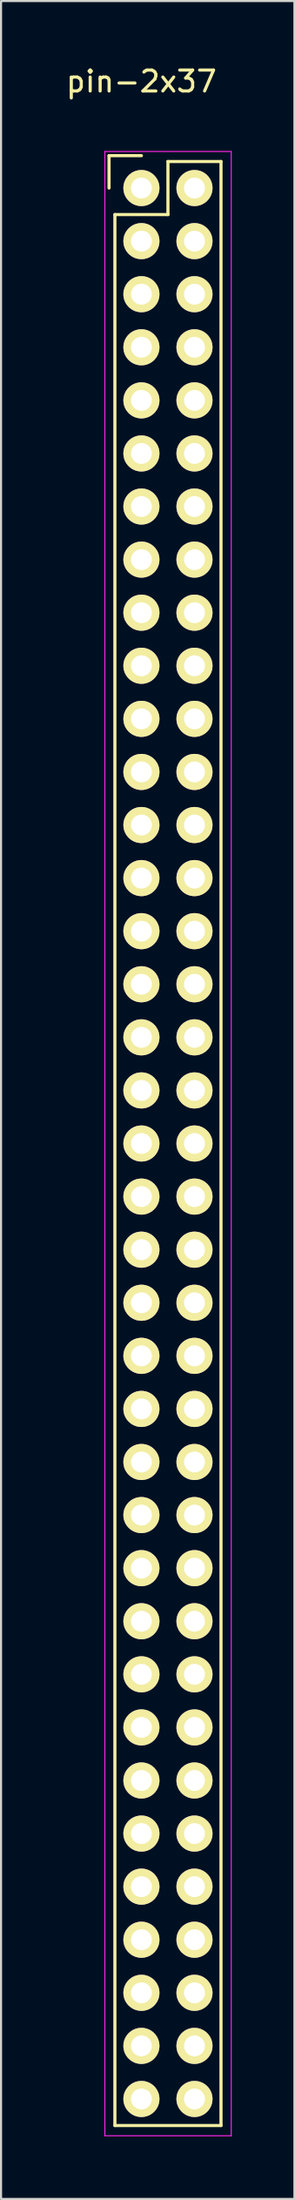
<source format=kicad_pcb>
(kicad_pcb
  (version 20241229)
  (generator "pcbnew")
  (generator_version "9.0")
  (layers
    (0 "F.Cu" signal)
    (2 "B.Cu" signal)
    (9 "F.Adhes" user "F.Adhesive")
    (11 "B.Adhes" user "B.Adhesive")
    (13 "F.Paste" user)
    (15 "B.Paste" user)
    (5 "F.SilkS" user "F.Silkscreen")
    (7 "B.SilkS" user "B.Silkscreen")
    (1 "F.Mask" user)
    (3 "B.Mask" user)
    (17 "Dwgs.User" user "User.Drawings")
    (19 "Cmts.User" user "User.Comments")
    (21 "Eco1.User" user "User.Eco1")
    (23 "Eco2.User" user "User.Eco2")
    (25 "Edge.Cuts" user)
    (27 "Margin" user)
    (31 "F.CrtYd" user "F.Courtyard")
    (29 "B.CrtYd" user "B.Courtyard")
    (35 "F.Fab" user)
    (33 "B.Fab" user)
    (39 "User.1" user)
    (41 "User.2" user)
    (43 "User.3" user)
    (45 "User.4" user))
  (footprint "pin-2x37"
    (layer "F.Cu")
    (at 3.72 5.948)
    (property "Reference" "pin-2x37" (at 0 -5.1 0) (layer "F.SilkS") (effects (font (size 1 1) (thickness 0.15))))
    (attr through_hole)
    (fp_line (start -1.55 -1.55) (end -1.55 0) (stroke (width 0.15) (type solid)) (layer "F.SilkS"))
    (fp_line (start -1.27 92.71) (end -1.27 1.27) (stroke (width 0.15) (type solid)) (layer "F.SilkS"))
    (fp_line (start 0 -1.55) (end -1.55 -1.55) (stroke (width 0.15) (type solid)) (layer "F.SilkS"))
    (fp_line (start 1.27 -1.27) (end 1.27 1.27) (stroke (width 0.15) (type solid)) (layer "F.SilkS"))
    (fp_line (start 1.27 1.27) (end -1.27 1.27) (stroke (width 0.15) (type solid)) (layer "F.SilkS"))
    (fp_line (start 3.81 -1.27) (end 1.27 -1.27) (stroke (width 0.15) (type solid)) (layer "F.SilkS"))
    (fp_line (start 3.81 -1.27) (end 3.81 92.71) (stroke (width 0.15) (type solid)) (layer "F.SilkS"))
    (fp_line (start 3.81 92.71) (end -1.27 92.71) (stroke (width 0.15) (type solid)) (layer "F.SilkS"))
    (fp_line (start -1.75 -1.75) (end -1.75 93.2) (stroke (width 0.05) (type solid)) (layer "F.CrtYd"))
    (fp_line (start -1.75 -1.75) (end 4.3 -1.75) (stroke (width 0.05) (type solid)) (layer "F.CrtYd"))
    (fp_line (start -1.75 93.2) (end 4.3 93.2) (stroke (width 0.05) (type solid)) (layer "F.CrtYd"))
    (fp_line (start 4.3 -1.75) (end 4.3 93.2) (stroke (width 0.05) (type solid)) (layer "F.CrtYd"))
    (pad "1" thru_hole oval (at 0 0) (size 1.727 1.727) (drill 1) (layers "*.Cu" "*.Mask" "F.SilkS"))
    (pad "2" thru_hole oval (at 2.54 0) (size 1.727 1.727) (drill 1) (layers "*.Cu" "*.Mask" "F.SilkS"))
    (pad "3" thru_hole oval (at 0 2.54) (size 1.727 1.727) (drill 1) (layers "*.Cu" "*.Mask" "F.SilkS"))
    (pad "4" thru_hole oval (at 2.54 2.54) (size 1.727 1.727) (drill 1) (layers "*.Cu" "*.Mask" "F.SilkS"))
    (pad "5" thru_hole oval (at 0 5.08) (size 1.727 1.727) (drill 1) (layers "*.Cu" "*.Mask" "F.SilkS"))
    (pad "6" thru_hole oval (at 2.54 5.08) (size 1.727 1.727) (drill 1) (layers "*.Cu" "*.Mask" "F.SilkS"))
    (pad "7" thru_hole oval (at 0 7.62) (size 1.727 1.727) (drill 1) (layers "*.Cu" "*.Mask" "F.SilkS"))
    (pad "8" thru_hole oval (at 2.54 7.62) (size 1.727 1.727) (drill 1) (layers "*.Cu" "*.Mask" "F.SilkS"))
    (pad "9" thru_hole oval (at 0 10.16) (size 1.727 1.727) (drill 1) (layers "*.Cu" "*.Mask" "F.SilkS"))
    (pad "10" thru_hole oval (at 2.54 10.16) (size 1.727 1.727) (drill 1) (layers "*.Cu" "*.Mask" "F.SilkS"))
    (pad "11" thru_hole oval (at 0 12.7) (size 1.727 1.727) (drill 1) (layers "*.Cu" "*.Mask" "F.SilkS"))
    (pad "12" thru_hole oval (at 2.54 12.7) (size 1.727 1.727) (drill 1) (layers "*.Cu" "*.Mask" "F.SilkS"))
    (pad "13" thru_hole oval (at 0 15.24) (size 1.727 1.727) (drill 1) (layers "*.Cu" "*.Mask" "F.SilkS"))
    (pad "14" thru_hole oval (at 2.54 15.24) (size 1.727 1.727) (drill 1) (layers "*.Cu" "*.Mask" "F.SilkS"))
    (pad "15" thru_hole oval (at 0 17.78) (size 1.727 1.727) (drill 1) (layers "*.Cu" "*.Mask" "F.SilkS"))
    (pad "16" thru_hole oval (at 2.54 17.78) (size 1.727 1.727) (drill 1) (layers "*.Cu" "*.Mask" "F.SilkS"))
    (pad "17" thru_hole oval (at 0 20.32) (size 1.727 1.727) (drill 1) (layers "*.Cu" "*.Mask" "F.SilkS"))
    (pad "18" thru_hole oval (at 2.54 20.32) (size 1.727 1.727) (drill 1) (layers "*.Cu" "*.Mask" "F.SilkS"))
    (pad "19" thru_hole oval (at 0 22.86) (size 1.727 1.727) (drill 1) (layers "*.Cu" "*.Mask" "F.SilkS"))
    (pad "20" thru_hole oval (at 2.54 22.86) (size 1.727 1.727) (drill 1) (layers "*.Cu" "*.Mask" "F.SilkS"))
    (pad "21" thru_hole oval (at 0 25.4) (size 1.727 1.727) (drill 1) (layers "*.Cu" "*.Mask" "F.SilkS"))
    (pad "22" thru_hole oval (at 2.54 25.4) (size 1.727 1.727) (drill 1) (layers "*.Cu" "*.Mask" "F.SilkS"))
    (pad "23" thru_hole oval (at 0 27.94) (size 1.727 1.727) (drill 1) (layers "*.Cu" "*.Mask" "F.SilkS"))
    (pad "24" thru_hole oval (at 2.54 27.94) (size 1.727 1.727) (drill 1) (layers "*.Cu" "*.Mask" "F.SilkS"))
    (pad "25" thru_hole oval (at 0 30.48) (size 1.727 1.727) (drill 1) (layers "*.Cu" "*.Mask" "F.SilkS"))
    (pad "26" thru_hole oval (at 2.54 30.48) (size 1.727 1.727) (drill 1) (layers "*.Cu" "*.Mask" "F.SilkS"))
    (pad "27" thru_hole oval (at 0 33.02) (size 1.727 1.727) (drill 1) (layers "*.Cu" "*.Mask" "F.SilkS"))
    (pad "28" thru_hole oval (at 2.54 33.02) (size 1.727 1.727) (drill 1) (layers "*.Cu" "*.Mask" "F.SilkS"))
    (pad "29" thru_hole oval (at 0 35.56) (size 1.727 1.727) (drill 1) (layers "*.Cu" "*.Mask" "F.SilkS"))
    (pad "30" thru_hole oval (at 2.54 35.56) (size 1.727 1.727) (drill 1) (layers "*.Cu" "*.Mask" "F.SilkS"))
    (pad "31" thru_hole oval (at 0 38.1) (size 1.727 1.727) (drill 1) (layers "*.Cu" "*.Mask" "F.SilkS"))
    (pad "32" thru_hole oval (at 2.54 38.1) (size 1.727 1.727) (drill 1) (layers "*.Cu" "*.Mask" "F.SilkS"))
    (pad "33" thru_hole oval (at 0 40.64) (size 1.727 1.727) (drill 1) (layers "*.Cu" "*.Mask" "F.SilkS"))
    (pad "34" thru_hole oval (at 2.54 40.64) (size 1.727 1.727) (drill 1) (layers "*.Cu" "*.Mask" "F.SilkS"))
    (pad "35" thru_hole oval (at 0 43.18) (size 1.727 1.727) (drill 1) (layers "*.Cu" "*.Mask" "F.SilkS"))
    (pad "36" thru_hole oval (at 2.54 43.18) (size 1.727 1.727) (drill 1) (layers "*.Cu" "*.Mask" "F.SilkS"))
    (pad "37" thru_hole oval (at 0 45.72) (size 1.727 1.727) (drill 1) (layers "*.Cu" "*.Mask" "F.SilkS"))
    (pad "38" thru_hole oval (at 2.54 45.72) (size 1.727 1.727) (drill 1) (layers "*.Cu" "*.Mask" "F.SilkS"))
    (pad "39" thru_hole oval (at 0 48.26) (size 1.727 1.727) (drill 1) (layers "*.Cu" "*.Mask" "F.SilkS"))
    (pad "40" thru_hole oval (at 2.54 48.26) (size 1.727 1.727) (drill 1) (layers "*.Cu" "*.Mask" "F.SilkS"))
    (pad "41" thru_hole oval (at 0 50.8) (size 1.727 1.727) (drill 1) (layers "*.Cu" "*.Mask" "F.SilkS"))
    (pad "42" thru_hole oval (at 2.54 50.8) (size 1.727 1.727) (drill 1) (layers "*.Cu" "*.Mask" "F.SilkS"))
    (pad "43" thru_hole oval (at 0 53.34) (size 1.727 1.727) (drill 1) (layers "*.Cu" "*.Mask" "F.SilkS"))
    (pad "44" thru_hole oval (at 2.54 53.34) (size 1.727 1.727) (drill 1) (layers "*.Cu" "*.Mask" "F.SilkS"))
    (pad "45" thru_hole oval (at 0 55.88) (size 1.727 1.727) (drill 1) (layers "*.Cu" "*.Mask" "F.SilkS"))
    (pad "46" thru_hole oval (at 2.54 55.88) (size 1.727 1.727) (drill 1) (layers "*.Cu" "*.Mask" "F.SilkS"))
    (pad "47" thru_hole oval (at 0 58.42) (size 1.727 1.727) (drill 1) (layers "*.Cu" "*.Mask" "F.SilkS"))
    (pad "48" thru_hole oval (at 2.54 58.42) (size 1.727 1.727) (drill 1) (layers "*.Cu" "*.Mask" "F.SilkS"))
    (pad "49" thru_hole oval (at 0 60.96) (size 1.727 1.727) (drill 1) (layers "*.Cu" "*.Mask" "F.SilkS"))
    (pad "50" thru_hole oval (at 2.54 60.96) (size 1.727 1.727) (drill 1) (layers "*.Cu" "*.Mask" "F.SilkS"))
    (pad "51" thru_hole oval (at 0 63.5) (size 1.727 1.727) (drill 1) (layers "*.Cu" "*.Mask" "F.SilkS"))
    (pad "52" thru_hole oval (at 2.54 63.5) (size 1.727 1.727) (drill 1) (layers "*.Cu" "*.Mask" "F.SilkS"))
    (pad "53" thru_hole oval (at 0 66.04) (size 1.727 1.727) (drill 1) (layers "*.Cu" "*.Mask" "F.SilkS"))
    (pad "54" thru_hole oval (at 2.54 66.04) (size 1.727 1.727) (drill 1) (layers "*.Cu" "*.Mask" "F.SilkS"))
    (pad "55" thru_hole oval (at 0 68.58) (size 1.727 1.727) (drill 1) (layers "*.Cu" "*.Mask" "F.SilkS"))
    (pad "56" thru_hole oval (at 2.54 68.58) (size 1.727 1.727) (drill 1) (layers "*.Cu" "*.Mask" "F.SilkS"))
    (pad "57" thru_hole oval (at 0 71.12) (size 1.727 1.727) (drill 1) (layers "*.Cu" "*.Mask" "F.SilkS"))
    (pad "58" thru_hole oval (at 2.54 71.12) (size 1.727 1.727) (drill 1) (layers "*.Cu" "*.Mask" "F.SilkS"))
    (pad "59" thru_hole oval (at 0 73.66) (size 1.727 1.727) (drill 1) (layers "*.Cu" "*.Mask" "F.SilkS"))
    (pad "60" thru_hole oval (at 2.54 73.66) (size 1.727 1.727) (drill 1) (layers "*.Cu" "*.Mask" "F.SilkS"))
    (pad "61" thru_hole oval (at 0 76.2) (size 1.727 1.727) (drill 1) (layers "*.Cu" "*.Mask" "F.SilkS"))
    (pad "62" thru_hole oval (at 2.54 76.2) (size 1.727 1.727) (drill 1) (layers "*.Cu" "*.Mask" "F.SilkS"))
    (pad "63" thru_hole oval (at 0 78.74) (size 1.727 1.727) (drill 1) (layers "*.Cu" "*.Mask" "F.SilkS"))
    (pad "64" thru_hole oval (at 2.54 78.74) (size 1.727 1.727) (drill 1) (layers "*.Cu" "*.Mask" "F.SilkS"))
    (pad "65" thru_hole oval (at 0 81.28) (size 1.727 1.727) (drill 1) (layers "*.Cu" "*.Mask" "F.SilkS"))
    (pad "66" thru_hole oval (at 2.54 81.28) (size 1.727 1.727) (drill 1) (layers "*.Cu" "*.Mask" "F.SilkS"))
    (pad "67" thru_hole oval (at 0 83.82) (size 1.727 1.727) (drill 1) (layers "*.Cu" "*.Mask" "F.SilkS"))
    (pad "68" thru_hole oval (at 2.54 83.82) (size 1.727 1.727) (drill 1) (layers "*.Cu" "*.Mask" "F.SilkS"))
    (pad "69" thru_hole oval (at 0 86.36) (size 1.727 1.727) (drill 1) (layers "*.Cu" "*.Mask" "F.SilkS"))
    (pad "70" thru_hole oval (at 2.54 86.36) (size 1.727 1.727) (drill 1) (layers "*.Cu" "*.Mask" "F.SilkS"))
    (pad "71" thru_hole oval (at 0 88.9) (size 1.727 1.727) (drill 1) (layers "*.Cu" "*.Mask" "F.SilkS"))
    (pad "72" thru_hole oval (at 2.54 88.9) (size 1.727 1.727) (drill 1) (layers "*.Cu" "*.Mask" "F.SilkS"))
    (pad "73" thru_hole oval (at 0 91.44) (size 1.727 1.727) (drill 1) (layers "*.Cu" "*.Mask" "F.SilkS"))
    (pad "74" thru_hole oval (at 2.54 91.44) (size 1.727 1.727) (drill 1) (layers "*.Cu" "*.Mask" "F.SilkS")))
  (gr_rect
    (start -3 -3)
    (end 11.045 102.173)
    (stroke (width 0.1) (type default))
    (fill no)
    (layer "Edge.Cuts")))
</source>
